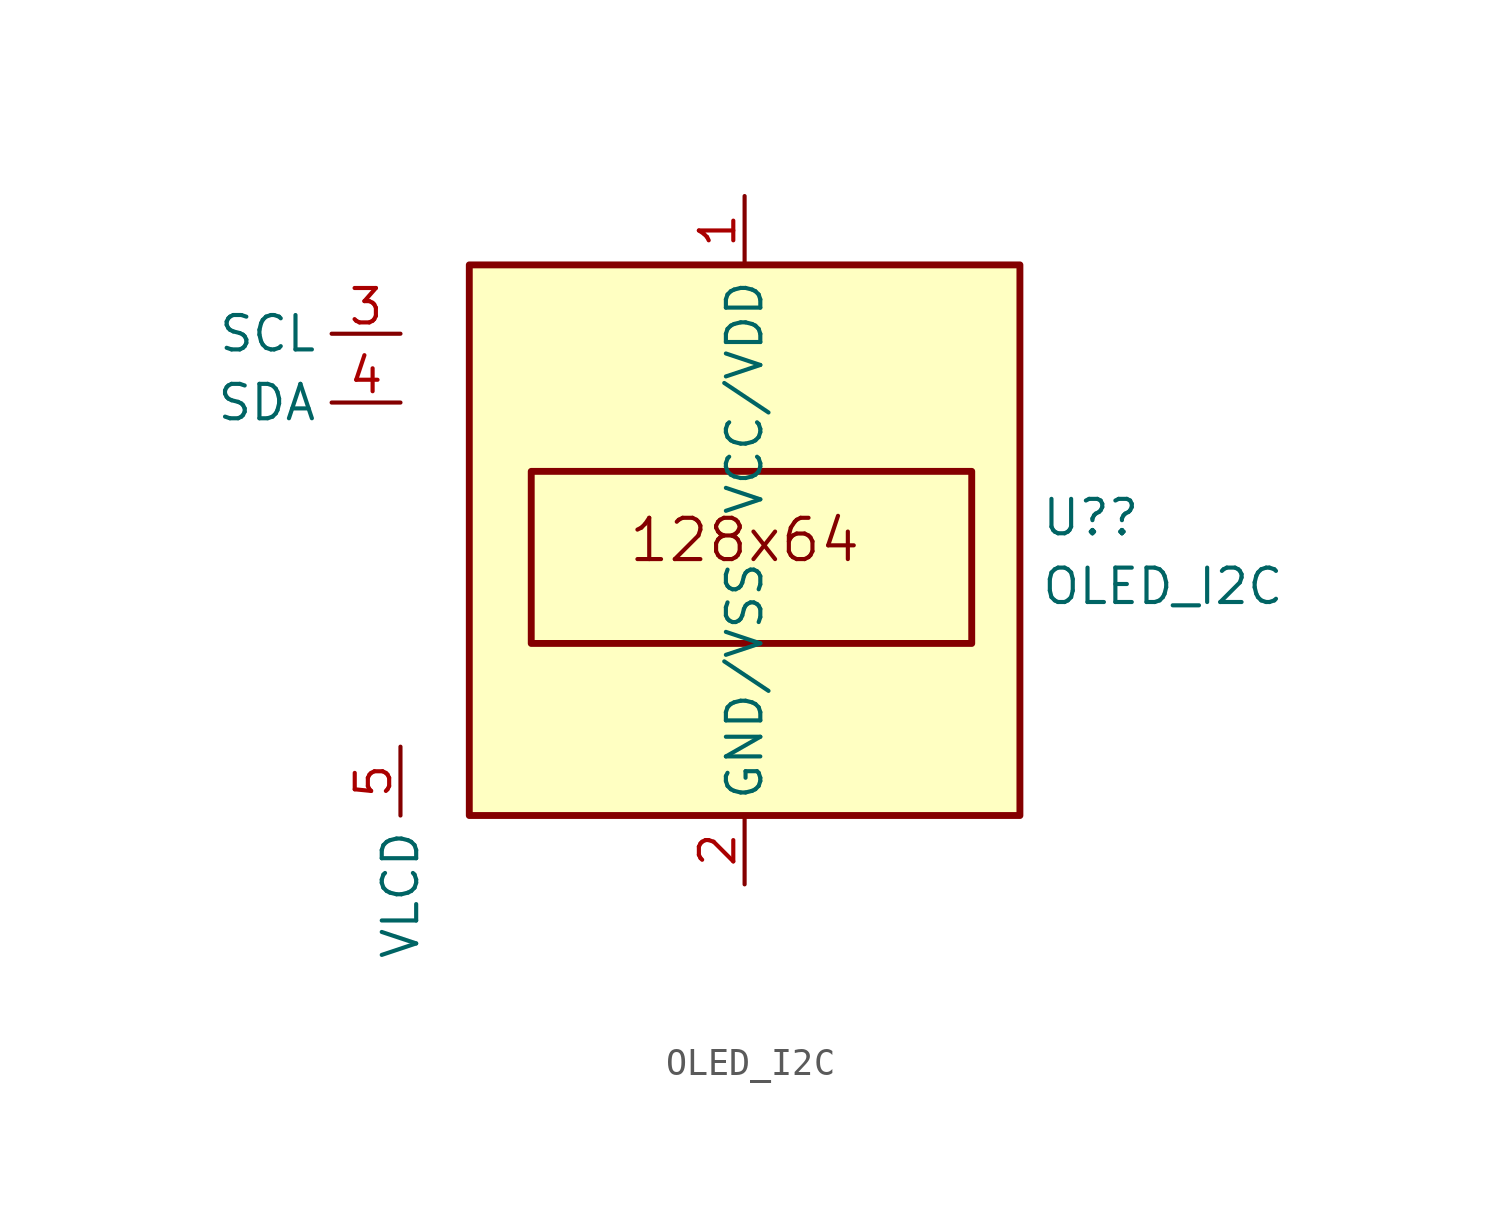
<source format=kicad_sym>
(kicad_symbol_lib
  (version 20211014)
  (generator kicad_symbol_editor)
  (symbol "OLED_I2C"
    (property "Reference" "U?"
      (at 10.922 0.835 0)
      (effects (font (size 1.27 1.27)) (justify left)))
    (property "Value" "OLED_I2C"
      (at 10.922 -1.702 0)
      (effects (font (size 1.27 1.27)) (justify left)))
    (symbol "OLED_I2C_0_0"
      (rectangle (start -7.874 2.54) (end 8.382 -3.81) (stroke (width 0.254) (type default) (color 0 0 0 0)) (fill (type none)))
      (text "128x64" (at 0 0 0) (effects (font (size 1.524 1.524)))))
    (symbol "OLED_I2C_0_1"
      (rectangle (start -10.16 10.16) (end 10.16 -10.16) (stroke (width 0.254) (type default) (color 0 0 0 0)) (fill (type background))))
    (symbol "OLED_I2C_1_1"
      (pin power_in line (at 0 12.7 270) (length 2.54) (name "VCC/VDD" (effects (font (size 1.27 1.27)))) (number "1" (effects (font (size 1.27 1.27)))))
      (pin power_in line (at 0 -12.7 90) (length 2.54) (name "GND/VSS" (effects (font (size 1.27 1.27)))) (number "2" (effects (font (size 1.27 1.27)))))
      (pin input line (at -12.7 7.62 180) (length 2.54) (name "SCL" (effects (font (size 1.27 1.27)))) (number "3" (effects (font (size 1.27 1.27)))))
      (pin bidirectional line (at -12.7 5.08 180) (length 2.54) (name "SDA" (effects (font (size 1.27 1.27)))) (number "4" (effects (font (size 1.27 1.27)))))
      (pin power_in line (at -12.7 -7.62 270) (length 2.54) (name "VLCD" (effects (font (size 1.27 1.27)))) (number "5" (effects (font (size 1.27 1.27))))))))
</source>
